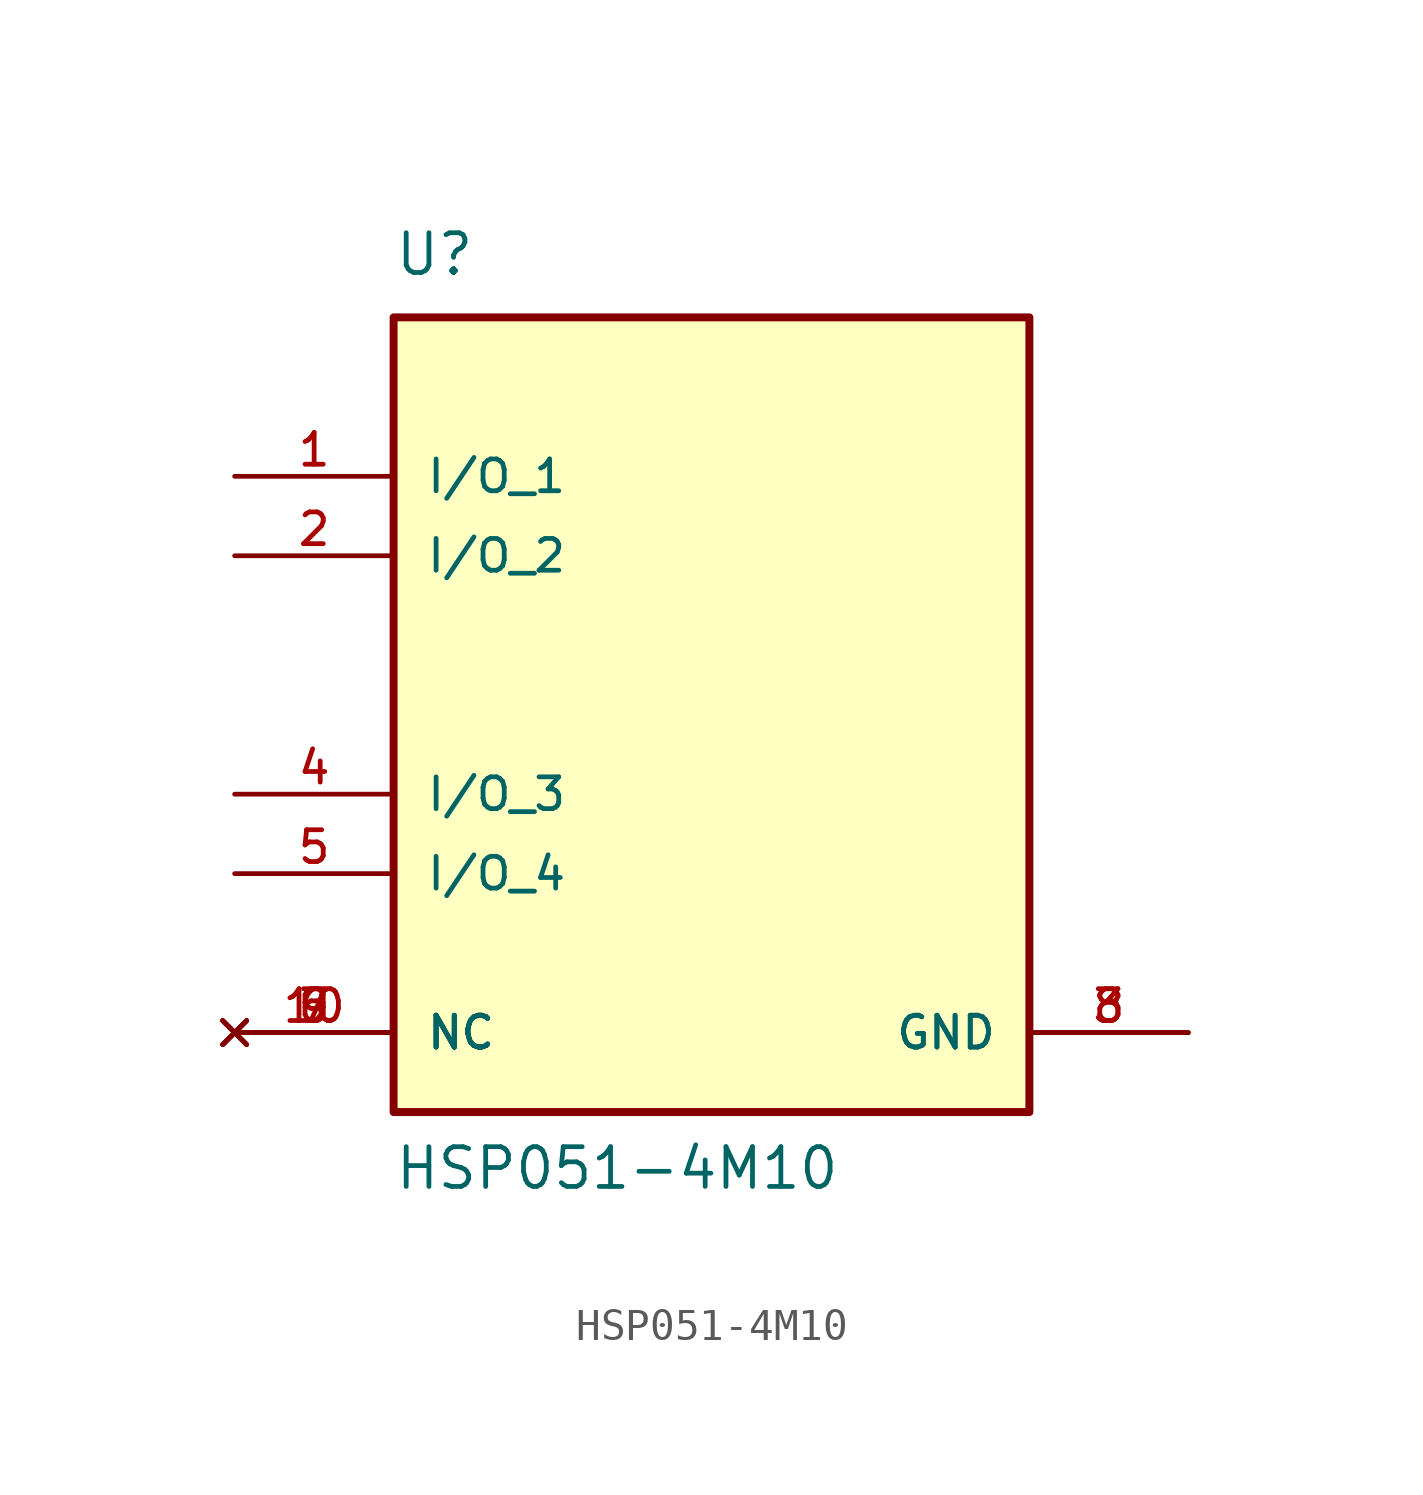
<source format=kicad_sym>
(kicad_symbol_lib
  (version 20211014)
  (generator kicad_symbol_editor)
  (symbol "HSP051-4M10"
    (pin_names
      (offset 1.016))
    (property "Reference" "U"
      (at -10.16 13.97 0)
      (effects (font (size 1.27 1.27)) (justify bottom left)))
    (property "Value" "HSP051-4M10"
      (at -10.16 -15.24 0)
      (effects (font (size 1.27 1.27)) (justify bottom left)))
    (symbol "HSP051-4M10_0_0"
      (rectangle (start -10.16 -12.7) (end 10.16 12.7) (stroke (width 0.254)) (fill (type background)))
      (pin passive line (at -15.24 7.62 0) (length 5.08) (name "I/O_1" (effects (font (size 1.016 1.016)))) (number "1" (effects (font (size 1.016 1.016)))))
      (pin power_in line (at 15.24 -10.16 180.0) (length 5.08) (name "GND" (effects (font (size 1.016 1.016)))) (number "3" (effects (font (size 1.016 1.016)))))
      (pin power_in line (at 15.24 -10.16 180.0) (length 5.08) (name "GND" (effects (font (size 1.016 1.016)))) (number "8" (effects (font (size 1.016 1.016)))))
      (pin no_connect line (at -15.24 -10.16 0) (length 5.08) (name "NC" (effects (font (size 1.016 1.016)))) (number "6" (effects (font (size 1.016 1.016)))))
      (pin no_connect line (at -15.24 -10.16 0) (length 5.08) (name "NC" (effects (font (size 1.016 1.016)))) (number "7" (effects (font (size 1.016 1.016)))))
      (pin no_connect line (at -15.24 -10.16 0) (length 5.08) (name "NC" (effects (font (size 1.016 1.016)))) (number "9" (effects (font (size 1.016 1.016)))))
      (pin no_connect line (at -15.24 -10.16 0) (length 5.08) (name "NC" (effects (font (size 1.016 1.016)))) (number "10" (effects (font (size 1.016 1.016)))))
      (pin passive line (at -15.24 5.08 0) (length 5.08) (name "I/O_2" (effects (font (size 1.016 1.016)))) (number "2" (effects (font (size 1.016 1.016)))))
      (pin passive line (at -15.24 -2.54 0) (length 5.08) (name "I/O_3" (effects (font (size 1.016 1.016)))) (number "4" (effects (font (size 1.016 1.016)))))
      (pin passive line (at -15.24 -5.08 0) (length 5.08) (name "I/O_4" (effects (font (size 1.016 1.016)))) (number "5" (effects (font (size 1.016 1.016))))))))
</source>
